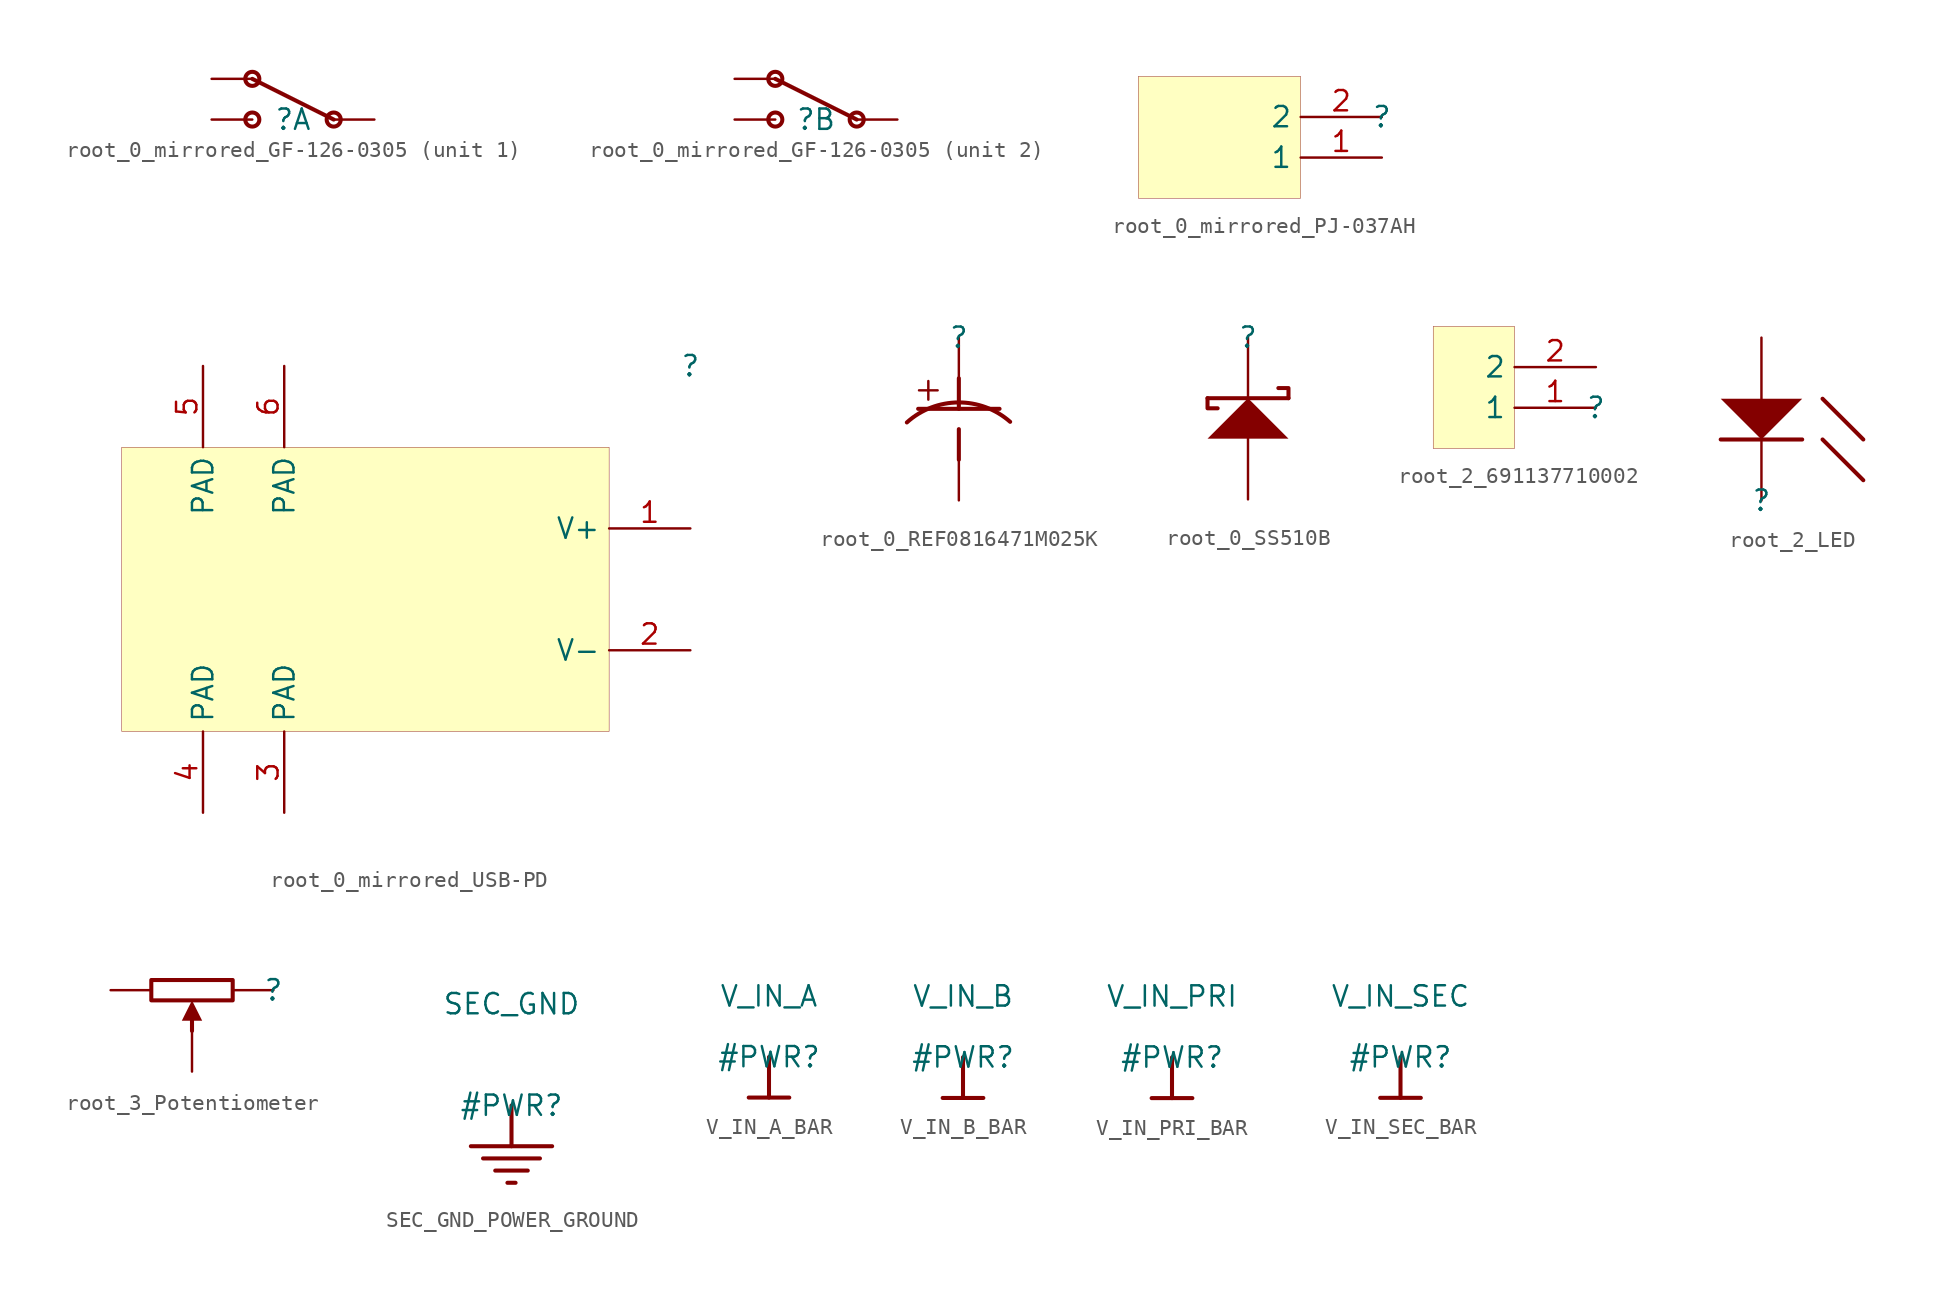
<source format=kicad_sym>
(kicad_symbol_lib
  (version 20231120)
  (generator "kicad_symbol_editor")
  (generator_version "8.0")
  (symbol "root_0_mirrored_GF-126-0305"
    (property "Reference" ""
      (at 0 0 0)
      (effects (font (size 1.27 1.27))))
    (property "Value" ""
      (at 0 0 0)
      (effects (font (size 1.27 1.27))))
    (symbol "root_0_mirrored_GF-126-0305_1_0"
      (circle (center -2.54 0) (radius 0.439) (stroke (width 0.254) (type solid)) (fill (type none)))
      (circle (center -2.54 2.54) (radius 0.439) (stroke (width 0.254) (type solid)) (fill (type none)))
      (polyline (pts (xy 2.54 0) (xy -2.54 2.54)) (stroke (width 0.254) (type solid)) (fill (type none)))
      (circle (center 2.54 0) (radius 0.439) (stroke (width 0.254) (type solid)) (fill (type none)))
      (pin passive line (at -5.08 2.54 0) (length 2.54) (name "" (effects (font (size 0 0)))) (number "1" (effects (font (size 0 0)))))
      (pin passive line (at 5.08 0 180) (length 2.54) (name "" (effects (font (size 0 0)))) (number "2" (effects (font (size 0 0)))))
      (pin passive line (at -5.08 0 0) (length 2.54) (name "" (effects (font (size 0 0)))) (number "3" (effects (font (size 0 0))))))
    (symbol "root_0_mirrored_GF-126-0305_2_0"
      (circle (center -2.54 0) (radius 0.439) (stroke (width 0.254) (type solid)) (fill (type none)))
      (circle (center -2.54 2.54) (radius 0.439) (stroke (width 0.254) (type solid)) (fill (type none)))
      (polyline (pts (xy 2.54 0) (xy -2.54 2.54)) (stroke (width 0.254) (type solid)) (fill (type none)))
      (circle (center 2.54 0) (radius 0.439) (stroke (width 0.254) (type solid)) (fill (type none)))
      (pin passive line (at -5.08 0 0) (length 2.54) (name "" (effects (font (size 0 0)))) (number "4" (effects (font (size 0 0)))))
      (pin passive line (at 5.08 0 180) (length 2.54) (name "" (effects (font (size 0 0)))) (number "5" (effects (font (size 0 0)))))
      (pin passive line (at -5.08 2.54 0) (length 2.54) (name "" (effects (font (size 0 0)))) (number "6" (effects (font (size 0 0)))))))
  (symbol "root_0_mirrored_PJ-037AH"
    (property "Reference" ""
      (at 0 0 0)
      (effects (font (size 1.27 1.27))))
    (property "Value" ""
      (at 0 0 0)
      (effects (font (size 1.27 1.27))))
    (symbol "root_0_mirrored_PJ-037AH_1_0"
      (rectangle (start -5.08 2.54) (end -15.24 -5.08) (stroke (width 0.025) (type solid) (color 128 0 0 1)) (fill (type background)))
      (pin passive line (at 0 -2.54 180) (length 5.08) (name "1" (effects (font (size 1.27 1.27)))) (number "1" (effects (font (size 1.27 1.27)))))
      (pin passive line (at 0 0 180) (length 5.08) (name "2" (effects (font (size 1.27 1.27)))) (number "2" (effects (font (size 1.27 1.27)))))))
  (symbol "root_0_mirrored_USB-PD"
    (property "Reference" ""
      (at 0 0 0)
      (effects (font (size 1.27 1.27))))
    (property "Value" ""
      (at 0 0 0)
      (effects (font (size 1.27 1.27))))
    (symbol "root_0_mirrored_USB-PD_1_0"
      (rectangle (start -5.08 -5.08) (end -35.56 -22.86) (stroke (width 0.025) (type solid) (color 128 0 0 1)) (fill (type background)))
      (pin passive line (at 0 -10.16 180) (length 5.08) (name "V+" (effects (font (size 1.27 1.27)))) (number "1" (effects (font (size 1.27 1.27)))))
      (pin passive line (at 0 -17.78 180) (length 5.08) (name "V-" (effects (font (size 1.27 1.27)))) (number "2" (effects (font (size 1.27 1.27)))))
      (pin passive line (at -25.4 -27.94 90) (length 5.08) (name "PAD" (effects (font (size 1.27 1.27)))) (number "3" (effects (font (size 1.27 1.27)))))
      (pin passive line (at -30.48 -27.94 90) (length 5.08) (name "PAD" (effects (font (size 1.27 1.27)))) (number "4" (effects (font (size 1.27 1.27)))))
      (pin passive line (at -30.48 0 270) (length 5.08) (name "PAD" (effects (font (size 1.27 1.27)))) (number "5" (effects (font (size 1.27 1.27)))))
      (pin passive line (at -25.4 0 270) (length 5.08) (name "PAD" (effects (font (size 1.27 1.27)))) (number "6" (effects (font (size 1.27 1.27)))))))
  (symbol "root_0_REF0816471M025K"
    (property "Reference" ""
      (at 0 0 0)
      (effects (font (size 1.27 1.27))))
    (property "Value" ""
      (at 0 0 0)
      (effects (font (size 1.27 1.27))))
    (symbol "root_0_REF0816471M025K_1_0"
      (polyline (pts (xy -2.54 -4.445) (xy 2.54 -4.445)) (stroke (width 0.254) (type solid)) (fill (type none)))
      (polyline (pts (xy 0 -7.62) (xy 0 -5.715)) (stroke (width 0.254) (type solid)) (fill (type none)))
      (polyline (pts (xy 0 -2.54) (xy 0 -4.445)) (stroke (width 0.254) (type solid)) (fill (type none)))
      (arc (start 3.2015 -5.2562) (mid -0.0292 -4.0471) (end -3.2451 -5.2951) (stroke (width 0.254) (type solid)) (fill (type none)))
      (text "+" (at -1.905 -3.175 0) (effects (font (size 1.524 1.524))))
      (pin passive line (at 0 0 270) (length 2.54) (name "" (effects (font (size 1.27 1.27)))) (number "1" (effects (font (size 0 0)))))
      (pin passive line (at 0 -10.16 90) (length 2.54) (name "" (effects (font (size 0 0)))) (number "2" (effects (font (size 0 0)))))))
  (symbol "root_0_SS510B"
    (property "Reference" ""
      (at 0 0 0)
      (effects (font (size 1.27 1.27))))
    (property "Value" ""
      (at 0 0 0)
      (effects (font (size 1.27 1.27))))
    (symbol "root_0_SS510B_1_0"
      (polyline (pts (xy -2.54 -3.81) (xy 2.54 -3.81)) (stroke (width 0.254) (type solid)) (fill (type none)))
      (polyline (pts (xy -1.905 -4.445) (xy -2.54 -4.445) (xy -2.54 -3.81)) (stroke (width 0.254) (type solid)) (fill (type none)))
      (polyline (pts (xy 1.905 -3.175) (xy 2.54 -3.175) (xy 2.54 -3.81)) (stroke (width 0.254) (type solid)) (fill (type none)))
      (polyline (pts (xy 2.54 -6.35) (xy 0 -3.81) (xy -2.54 -6.35) (xy 2.54 -6.35)) (stroke (width -0.0001) (type solid)) (fill (type outline)))
      (pin passive line (at 0 0 270) (length 5.08) (name "K" (effects (font (size 0 0)))) (number "1" (effects (font (size 0 0)))))
      (pin passive line (at 0 -10.16 90) (length 5.08) (name "A" (effects (font (size 0 0)))) (number "2" (effects (font (size 0 0)))))))
  (symbol "root_2_691137710002"
    (property "Reference" ""
      (at 0 0 0)
      (effects (font (size 1.27 1.27))))
    (property "Value" ""
      (at 0 0 0)
      (effects (font (size 1.27 1.27))))
    (symbol "root_2_691137710002_1_0"
      (rectangle (start -5.08 5.08) (end -10.16 -2.54) (stroke (width 0.025) (type solid) (color 128 0 0 1)) (fill (type background)))
      (pin passive line (at 0 0 180) (length 5.08) (name "1" (effects (font (size 1.27 1.27)))) (number "1" (effects (font (size 1.27 1.27)))))
      (pin passive line (at 0 2.54 180) (length 5.08) (name "2" (effects (font (size 1.27 1.27)))) (number "2" (effects (font (size 1.27 1.27)))))))
  (symbol "root_2_LED"
    (property "Reference" ""
      (at 0 0 0)
      (effects (font (size 1.27 1.27))))
    (property "Value" ""
      (at 0 0 0)
      (effects (font (size 1.27 1.27))))
    (symbol "root_2_LED_1_0"
      (polyline (pts (xy 2.54 3.81) (xy -2.54 3.81)) (stroke (width 0.254) (type solid)) (fill (type none)))
      (polyline (pts (xy 3.81 3.81) (xy 6.35 1.27)) (stroke (width 0.254) (type solid)) (fill (type none)))
      (polyline (pts (xy 3.81 6.35) (xy 6.35 3.81)) (stroke (width 0.254) (type solid)) (fill (type none)))
      (polyline (pts (xy 0 3.81) (xy 2.54 6.35) (xy -2.54 6.35) (xy 0 3.81)) (stroke (width -0.0001) (type solid)) (fill (type outline)))
      (pin passive line (at 0 0 90) (length 5.08) (name "K" (effects (font (size 0 0)))) (number "1" (effects (font (size 0 0)))))
      (pin passive line (at 0 10.16 270) (length 5.08) (name "A" (effects (font (size 0 0)))) (number "2" (effects (font (size 0 0)))))))
  (symbol "root_3_Potentiometer"
    (property "Reference" ""
      (at 0 0 0)
      (effects (font (size 1.27 1.27))))
    (property "Value" ""
      (at 0 0 0)
      (effects (font (size 1.27 1.27))))
    (symbol "root_3_Potentiometer_1_0"
      (polyline (pts (xy -5.08 -2.54) (xy -5.08 -1.905)) (stroke (width 0.254) (type solid)) (fill (type none)))
      (polyline (pts (xy -4.445 -1.905) (xy -5.715 -1.905) (xy -5.08 -0.635) (xy -4.445 -1.905)) (stroke (width -0.0001) (type solid)) (fill (type outline)))
      (polyline (pts (xy -2.54 0.635) (xy -2.54 -0.635) (xy -7.62 -0.635) (xy -7.62 0.635) (xy -2.54 0.635)) (stroke (width 0.254) (type solid)) (fill (type none)))
      (pin passive line (at 0 0 180) (length 2.54) (name "" (effects (font (size 1.27 1.27)))) (number "1" (effects (font (size 0 0)))))
      (pin passive line (at -5.08 -5.08 90) (length 2.54) (name "" (effects (font (size 1.27 1.27)))) (number "2" (effects (font (size 0 0)))))
      (pin passive line (at -10.16 0 0) (length 2.54) (name "" (effects (font (size 0 0)))) (number "3" (effects (font (size 0 0)))))))
  (symbol "SEC_GND_POWER_GROUND"
    (power)
    (property "Reference" "#PWR"
      (at 0 0 0)
      (effects (font (size 1.27 1.27))))
    (property "Value" "SEC_GND"
      (at 0 6.35 0)
      (effects (font (size 1.27 1.27))))
    (symbol "SEC_GND_POWER_GROUND_0_0"
      (polyline (pts (xy -2.54 -2.54) (xy 2.54 -2.54)) (stroke (width 0.254) (type solid)) (fill (type none)))
      (polyline (pts (xy -1.778 -3.302) (xy 1.778 -3.302)) (stroke (width 0.254) (type solid)) (fill (type none)))
      (polyline (pts (xy -1.016 -4.064) (xy 1.016 -4.064)) (stroke (width 0.254) (type solid)) (fill (type none)))
      (polyline (pts (xy -0.254 -4.826) (xy 0.254 -4.826)) (stroke (width 0.254) (type solid)) (fill (type none)))
      (polyline (pts (xy 0 0) (xy 0 -2.54)) (stroke (width 0.254) (type solid)) (fill (type none)))
      (pin power_in line (at 0 0 0) (length 0) hide (name "SEC_GND" (effects (font (size 1.27 1.27)))) (number "" (effects (font (size 1.27 1.27)))))))
  (symbol "V_IN_A_BAR"
    (power)
    (property "Reference" "#PWR"
      (at 0 0 0)
      (effects (font (size 1.27 1.27))))
    (property "Value" "V_IN_A"
      (at 0 3.81 0)
      (effects (font (size 1.27 1.27))))
    (symbol "V_IN_A_BAR_0_0"
      (polyline (pts (xy -1.27 -2.54) (xy 1.27 -2.54)) (stroke (width 0.254) (type solid)) (fill (type none)))
      (polyline (pts (xy 0 0) (xy 0 -2.54)) (stroke (width 0.254) (type solid)) (fill (type none)))
      (pin power_in line (at 0 0 0) (length 0) hide (name "V_IN_A" (effects (font (size 1.27 1.27)))) (number "" (effects (font (size 1.27 1.27)))))))
  (symbol "V_IN_B_BAR"
    (power)
    (property "Reference" "#PWR"
      (at 0 0 0)
      (effects (font (size 1.27 1.27))))
    (property "Value" "V_IN_B"
      (at 0 3.81 0)
      (effects (font (size 1.27 1.27))))
    (symbol "V_IN_B_BAR_0_0"
      (polyline (pts (xy -1.27 -2.54) (xy 1.27 -2.54)) (stroke (width 0.254) (type solid)) (fill (type none)))
      (polyline (pts (xy 0 0) (xy 0 -2.54)) (stroke (width 0.254) (type solid)) (fill (type none)))
      (pin power_in line (at 0 0 0) (length 0) hide (name "V_IN_B" (effects (font (size 1.27 1.27)))) (number "" (effects (font (size 1.27 1.27)))))))
  (symbol "V_IN_PRI_BAR"
    (power)
    (property "Reference" "#PWR"
      (at 0 0 0)
      (effects (font (size 1.27 1.27))))
    (property "Value" "V_IN_PRI"
      (at 0 3.81 0)
      (effects (font (size 1.27 1.27))))
    (symbol "V_IN_PRI_BAR_0_0"
      (polyline (pts (xy -1.27 -2.54) (xy 1.27 -2.54)) (stroke (width 0.254) (type solid)) (fill (type none)))
      (polyline (pts (xy 0 0) (xy 0 -2.54)) (stroke (width 0.254) (type solid)) (fill (type none)))
      (pin power_in line (at 0 0 0) (length 0) hide (name "V_IN_PRI" (effects (font (size 1.27 1.27)))) (number "" (effects (font (size 1.27 1.27)))))))
  (symbol "V_IN_SEC_BAR"
    (power)
    (property "Reference" "#PWR"
      (at 0 0 0)
      (effects (font (size 1.27 1.27))))
    (property "Value" "V_IN_SEC"
      (at 0 3.81 0)
      (effects (font (size 1.27 1.27))))
    (symbol "V_IN_SEC_BAR_0_0"
      (polyline (pts (xy -1.27 -2.54) (xy 1.27 -2.54)) (stroke (width 0.254) (type solid)) (fill (type none)))
      (polyline (pts (xy 0 0) (xy 0 -2.54)) (stroke (width 0.254) (type solid)) (fill (type none)))
      (pin power_in line (at 0 0 0) (length 0) hide (name "V_IN_SEC" (effects (font (size 1.27 1.27)))) (number "" (effects (font (size 1.27 1.27))))))))
</source>
